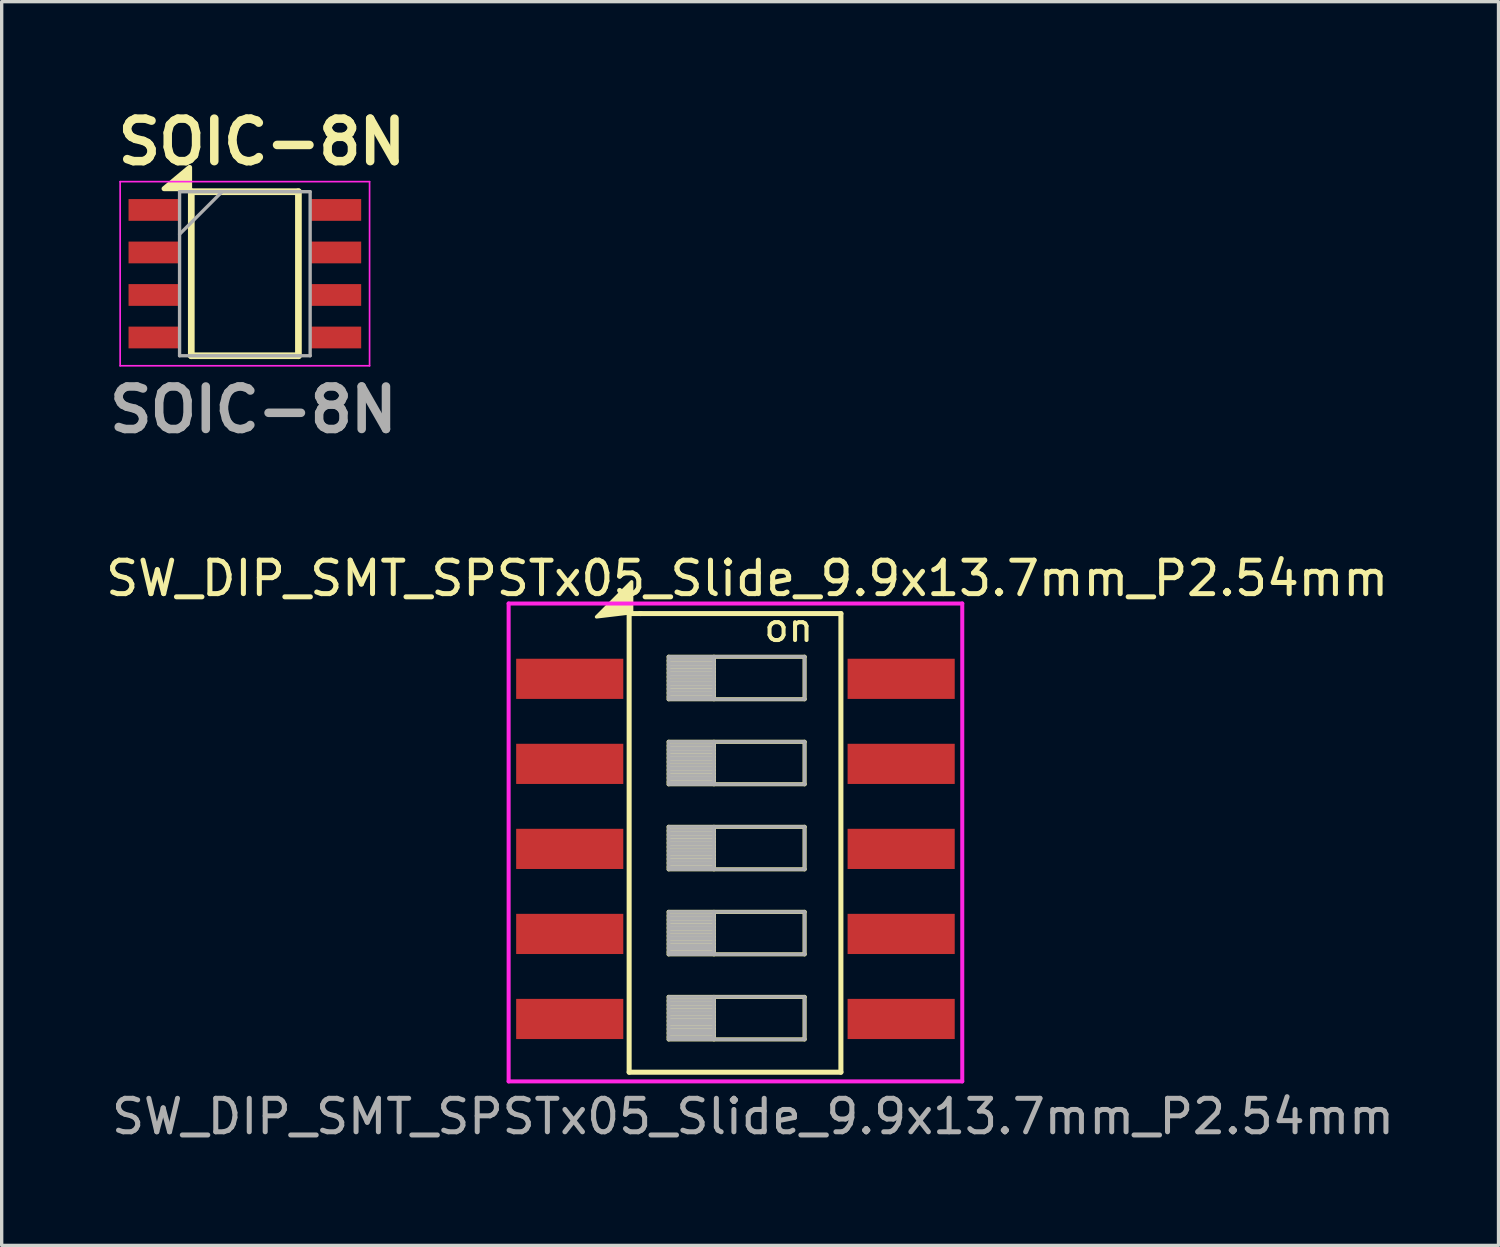
<source format=kicad_pcb>
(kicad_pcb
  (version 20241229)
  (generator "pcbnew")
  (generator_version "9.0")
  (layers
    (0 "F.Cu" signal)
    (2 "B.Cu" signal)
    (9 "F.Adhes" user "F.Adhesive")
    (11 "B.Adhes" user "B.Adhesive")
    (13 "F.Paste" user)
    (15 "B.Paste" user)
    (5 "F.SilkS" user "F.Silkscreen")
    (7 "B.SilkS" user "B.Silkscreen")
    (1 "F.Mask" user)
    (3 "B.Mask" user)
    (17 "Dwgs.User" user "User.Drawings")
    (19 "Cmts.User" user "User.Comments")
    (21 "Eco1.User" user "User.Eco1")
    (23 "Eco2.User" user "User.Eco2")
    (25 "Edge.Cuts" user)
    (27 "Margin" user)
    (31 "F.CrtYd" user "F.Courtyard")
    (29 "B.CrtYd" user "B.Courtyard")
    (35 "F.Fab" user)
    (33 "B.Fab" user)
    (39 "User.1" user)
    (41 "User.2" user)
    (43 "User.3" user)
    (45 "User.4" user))
  (footprint "SOIC-8N"
    (layer "F.Cu")
    (at 4.264 5.126)
    (property "Reference" "SOIC-8N" (at 0.508 -3.937 0) (layer "F.SilkS") (effects (font (size 1.27 1.27) (thickness 0.254))))
    (attr smd)
    (fp_line (start -1.6 -2.45) (end 1.6 -2.45) (stroke (width 0.2) (type solid)) (layer "F.SilkS"))
    (fp_line (start -1.6 2.45) (end -1.6 -2.45) (stroke (width 0.2) (type solid)) (layer "F.SilkS"))
    (fp_line (start 1.6 -2.45) (end 1.6 2.45) (stroke (width 0.2) (type solid)) (layer "F.SilkS"))
    (fp_line (start 1.6 2.45) (end -1.6 2.45) (stroke (width 0.2) (type solid)) (layer "F.SilkS"))
    (fp_poly (pts (xy -1.651 -2.54) (xy -1.651 -3.175) (xy -2.413 -2.54)) (stroke (width 0.15) (type solid)) (fill yes) (layer "F.SilkS"))
    (fp_line (start -3.725 -2.75) (end 3.725 -2.75) (stroke (width 0.05) (type solid)) (layer "F.CrtYd"))
    (fp_line (start -3.725 2.75) (end -3.725 -2.75) (stroke (width 0.05) (type solid)) (layer "F.CrtYd"))
    (fp_line (start 3.725 -2.75) (end 3.725 2.75) (stroke (width 0.05) (type solid)) (layer "F.CrtYd"))
    (fp_line (start 3.725 2.75) (end -3.725 2.75) (stroke (width 0.05) (type solid)) (layer "F.CrtYd"))
    (fp_line (start -1.95 -2.45) (end 1.95 -2.45) (stroke (width 0.1) (type solid)) (layer "F.Fab"))
    (fp_line (start -1.95 -1.18) (end -0.68 -2.45) (stroke (width 0.1) (type solid)) (layer "F.Fab"))
    (fp_line (start -1.95 2.45) (end -1.95 -2.45) (stroke (width 0.1) (type solid)) (layer "F.Fab"))
    (fp_line (start 1.95 -2.45) (end 1.95 2.45) (stroke (width 0.1) (type solid)) (layer "F.Fab"))
    (fp_line (start 1.95 2.45) (end -1.95 2.45) (stroke (width 0.1) (type solid)) (layer "F.Fab"))
    (fp_text user "${REFERENCE}" (at 0.254 4.064 0) (layer "F.Fab") (effects (font (size 1.27 1.27) (thickness 0.254))))
    (pad "1" smd rect (at -2.712 -1.905 90) (size 0.65 1.525) (layers "F.Cu" "F.Paste"))
    (pad "2" smd rect (at -2.712 -0.635 90) (size 0.65 1.525) (layers "F.Cu" "F.Paste"))
    (pad "3" smd rect (at -2.712 0.635 90) (size 0.65 1.525) (layers "F.Cu" "F.Paste"))
    (pad "4" smd rect (at -2.712 1.905 90) (size 0.65 1.525) (layers "F.Cu" "F.Paste"))
    (pad "5" smd rect (at 2.712 1.905 90) (size 0.65 1.525) (layers "F.Cu" "F.Paste"))
    (pad "6" smd rect (at 2.712 0.635 90) (size 0.65 1.525) (layers "F.Cu" "F.Paste"))
    (pad "7" smd rect (at 2.712 -0.635 90) (size 0.65 1.525) (layers "F.Cu" "F.Paste"))
    (pad "8" smd rect (at 2.712 -1.905 90) (size 0.65 1.525) (layers "F.Cu" "F.Paste")))
  (footprint "SW_DIP_SMT_SPSTx05_Slide_9.9x13.7mm_P2.54mm"
    (layer "F.Cu")
    (at 18.918 22.307)
    (property "Reference" "SW_DIP_SMT_SPSTx05_Slide_9.9x13.7mm_P2.54mm" (at 0.35 -8.08 0) (layer "F.SilkS") (effects (font (size 1 1) (thickness 0.15))))
    (attr smd)
    (fp_line (start -3.175 -7.03) (end 3.15 -7.03) (stroke (width 0.15) (type solid)) (layer "F.SilkS"))
    (fp_line (start -3.175 6.67) (end -3.175 -7.03) (stroke (width 0.15) (type solid)) (layer "F.SilkS"))
    (fp_line (start -2.825 -7.03) (end -2.85 -7.03) (stroke (width 0.15) (type solid)) (layer "F.SilkS"))
    (fp_line (start -1.995 -5.74) (end -1.995 -4.47) (stroke (width 0.12) (type solid)) (layer "F.SilkS"))
    (fp_line (start -1.995 -5.62) (end -0.642 -5.62) (stroke (width 0.12) (type solid)) (layer "F.SilkS"))
    (fp_line (start -1.995 -5.5) (end -0.642 -5.5) (stroke (width 0.12) (type solid)) (layer "F.SilkS"))
    (fp_line (start -1.995 -5.38) (end -0.642 -5.38) (stroke (width 0.12) (type solid)) (layer "F.SilkS"))
    (fp_line (start -1.995 -5.26) (end -0.642 -5.26) (stroke (width 0.12) (type solid)) (layer "F.SilkS"))
    (fp_line (start -1.995 -5.14) (end -0.642 -5.14) (stroke (width 0.12) (type solid)) (layer "F.SilkS"))
    (fp_line (start -1.995 -5.02) (end -0.642 -5.02) (stroke (width 0.12) (type solid)) (layer "F.SilkS"))
    (fp_line (start -1.995 -4.9) (end -0.642 -4.9) (stroke (width 0.12) (type solid)) (layer "F.SilkS"))
    (fp_line (start -1.995 -4.78) (end -0.642 -4.78) (stroke (width 0.12) (type solid)) (layer "F.SilkS"))
    (fp_line (start -1.995 -4.66) (end -0.642 -4.66) (stroke (width 0.12) (type solid)) (layer "F.SilkS"))
    (fp_line (start -1.995 -4.54) (end -0.642 -4.54) (stroke (width 0.12) (type solid)) (layer "F.SilkS"))
    (fp_line (start -1.995 -4.47) (end 2.065 -4.47) (stroke (width 0.12) (type solid)) (layer "F.SilkS"))
    (fp_line (start -1.995 -3.2) (end -1.995 -1.93) (stroke (width 0.12) (type solid)) (layer "F.SilkS"))
    (fp_line (start -1.995 -3.08) (end -0.642 -3.08) (stroke (width 0.12) (type solid)) (layer "F.SilkS"))
    (fp_line (start -1.995 -2.96) (end -0.642 -2.96) (stroke (width 0.12) (type solid)) (layer "F.SilkS"))
    (fp_line (start -1.995 -2.84) (end -0.642 -2.84) (stroke (width 0.12) (type solid)) (layer "F.SilkS"))
    (fp_line (start -1.995 -2.72) (end -0.642 -2.72) (stroke (width 0.12) (type solid)) (layer "F.SilkS"))
    (fp_line (start -1.995 -2.6) (end -0.642 -2.6) (stroke (width 0.12) (type solid)) (layer "F.SilkS"))
    (fp_line (start -1.995 -2.48) (end -0.642 -2.48) (stroke (width 0.12) (type solid)) (layer "F.SilkS"))
    (fp_line (start -1.995 -2.36) (end -0.642 -2.36) (stroke (width 0.12) (type solid)) (layer "F.SilkS"))
    (fp_line (start -1.995 -2.24) (end -0.642 -2.24) (stroke (width 0.12) (type solid)) (layer "F.SilkS"))
    (fp_line (start -1.995 -2.12) (end -0.642 -2.12) (stroke (width 0.12) (type solid)) (layer "F.SilkS"))
    (fp_line (start -1.995 -2) (end -0.642 -2) (stroke (width 0.12) (type solid)) (layer "F.SilkS"))
    (fp_line (start -1.995 -1.93) (end 2.065 -1.93) (stroke (width 0.12) (type solid)) (layer "F.SilkS"))
    (fp_line (start -1.995 -0.66) (end -1.995 0.61) (stroke (width 0.12) (type solid)) (layer "F.SilkS"))
    (fp_line (start -1.995 -0.54) (end -0.642 -0.54) (stroke (width 0.12) (type solid)) (layer "F.SilkS"))
    (fp_line (start -1.995 -0.42) (end -0.642 -0.42) (stroke (width 0.12) (type solid)) (layer "F.SilkS"))
    (fp_line (start -1.995 -0.3) (end -0.642 -0.3) (stroke (width 0.12) (type solid)) (layer "F.SilkS"))
    (fp_line (start -1.995 -0.18) (end -0.642 -0.18) (stroke (width 0.12) (type solid)) (layer "F.SilkS"))
    (fp_line (start -1.995 -0.06) (end -0.642 -0.06) (stroke (width 0.12) (type solid)) (layer "F.SilkS"))
    (fp_line (start -1.995 0.06) (end -0.642 0.06) (stroke (width 0.12) (type solid)) (layer "F.SilkS"))
    (fp_line (start -1.995 0.18) (end -0.642 0.18) (stroke (width 0.12) (type solid)) (layer "F.SilkS"))
    (fp_line (start -1.995 0.3) (end -0.642 0.3) (stroke (width 0.12) (type solid)) (layer "F.SilkS"))
    (fp_line (start -1.995 0.42) (end -0.642 0.42) (stroke (width 0.12) (type solid)) (layer "F.SilkS"))
    (fp_line (start -1.995 0.54) (end -0.642 0.54) (stroke (width 0.12) (type solid)) (layer "F.SilkS"))
    (fp_line (start -1.995 0.61) (end 2.065 0.61) (stroke (width 0.12) (type solid)) (layer "F.SilkS"))
    (fp_line (start -1.995 1.88) (end -1.995 3.15) (stroke (width 0.12) (type solid)) (layer "F.SilkS"))
    (fp_line (start -1.995 2) (end -0.642 2) (stroke (width 0.12) (type solid)) (layer "F.SilkS"))
    (fp_line (start -1.995 2.12) (end -0.642 2.12) (stroke (width 0.12) (type solid)) (layer "F.SilkS"))
    (fp_line (start -1.995 2.24) (end -0.642 2.24) (stroke (width 0.12) (type solid)) (layer "F.SilkS"))
    (fp_line (start -1.995 2.36) (end -0.642 2.36) (stroke (width 0.12) (type solid)) (layer "F.SilkS"))
    (fp_line (start -1.995 2.48) (end -0.642 2.48) (stroke (width 0.12) (type solid)) (layer "F.SilkS"))
    (fp_line (start -1.995 2.6) (end -0.642 2.6) (stroke (width 0.12) (type solid)) (layer "F.SilkS"))
    (fp_line (start -1.995 2.72) (end -0.642 2.72) (stroke (width 0.12) (type solid)) (layer "F.SilkS"))
    (fp_line (start -1.995 2.84) (end -0.642 2.84) (stroke (width 0.12) (type solid)) (layer "F.SilkS"))
    (fp_line (start -1.995 2.96) (end -0.642 2.96) (stroke (width 0.12) (type solid)) (layer "F.SilkS"))
    (fp_line (start -1.995 3.08) (end -0.642 3.08) (stroke (width 0.12) (type solid)) (layer "F.SilkS"))
    (fp_line (start -1.995 3.15) (end 2.065 3.15) (stroke (width 0.12) (type solid)) (layer "F.SilkS"))
    (fp_line (start -1.995 4.42) (end -1.995 5.69) (stroke (width 0.12) (type solid)) (layer "F.SilkS"))
    (fp_line (start -1.995 4.54) (end -0.642 4.54) (stroke (width 0.12) (type solid)) (layer "F.SilkS"))
    (fp_line (start -1.995 4.66) (end -0.642 4.66) (stroke (width 0.12) (type solid)) (layer "F.SilkS"))
    (fp_line (start -1.995 4.78) (end -0.642 4.78) (stroke (width 0.12) (type solid)) (layer "F.SilkS"))
    (fp_line (start -1.995 4.9) (end -0.642 4.9) (stroke (width 0.12) (type solid)) (layer "F.SilkS"))
    (fp_line (start -1.995 5.02) (end -0.642 5.02) (stroke (width 0.12) (type solid)) (layer "F.SilkS"))
    (fp_line (start -1.995 5.14) (end -0.642 5.14) (stroke (width 0.12) (type solid)) (layer "F.SilkS"))
    (fp_line (start -1.995 5.26) (end -0.642 5.26) (stroke (width 0.12) (type solid)) (layer "F.SilkS"))
    (fp_line (start -1.995 5.38) (end -0.642 5.38) (stroke (width 0.12) (type solid)) (layer "F.SilkS"))
    (fp_line (start -1.995 5.5) (end -0.642 5.5) (stroke (width 0.12) (type solid)) (layer "F.SilkS"))
    (fp_line (start -1.995 5.62) (end -0.642 5.62) (stroke (width 0.12) (type solid)) (layer "F.SilkS"))
    (fp_line (start -1.995 5.69) (end 2.065 5.69) (stroke (width 0.12) (type solid)) (layer "F.SilkS"))
    (fp_line (start -0.642 -5.74) (end -0.642 -4.47) (stroke (width 0.12) (type solid)) (layer "F.SilkS"))
    (fp_line (start -0.642 -3.2) (end -0.642 -1.93) (stroke (width 0.12) (type solid)) (layer "F.SilkS"))
    (fp_line (start -0.642 -0.66) (end -0.642 0.61) (stroke (width 0.12) (type solid)) (layer "F.SilkS"))
    (fp_line (start -0.642 1.88) (end -0.642 3.15) (stroke (width 0.12) (type solid)) (layer "F.SilkS"))
    (fp_line (start -0.642 4.42) (end -0.642 5.69) (stroke (width 0.12) (type solid)) (layer "F.SilkS"))
    (fp_line (start 2.065 -5.74) (end -1.995 -5.74) (stroke (width 0.12) (type solid)) (layer "F.SilkS"))
    (fp_line (start 2.065 -4.47) (end 2.065 -5.74) (stroke (width 0.12) (type solid)) (layer "F.SilkS"))
    (fp_line (start 2.065 -3.2) (end -1.995 -3.2) (stroke (width 0.12) (type solid)) (layer "F.SilkS"))
    (fp_line (start 2.065 -1.93) (end 2.065 -3.2) (stroke (width 0.12) (type solid)) (layer "F.SilkS"))
    (fp_line (start 2.065 -0.66) (end -1.995 -0.66) (stroke (width 0.12) (type solid)) (layer "F.SilkS"))
    (fp_line (start 2.065 0.61) (end 2.065 -0.66) (stroke (width 0.12) (type solid)) (layer "F.SilkS"))
    (fp_line (start 2.065 1.88) (end -1.995 1.88) (stroke (width 0.12) (type solid)) (layer "F.SilkS"))
    (fp_line (start 2.065 3.15) (end 2.065 1.88) (stroke (width 0.12) (type solid)) (layer "F.SilkS"))
    (fp_line (start 2.065 4.42) (end -1.995 4.42) (stroke (width 0.12) (type solid)) (layer "F.SilkS"))
    (fp_line (start 2.065 5.69) (end 2.065 4.42) (stroke (width 0.12) (type solid)) (layer "F.SilkS"))
    (fp_line (start 3.15 -7.03) (end 3.15 6.67) (stroke (width 0.15) (type solid)) (layer "F.SilkS"))
    (fp_line (start 3.15 6.67) (end -3.175 6.67) (stroke (width 0.15) (type solid)) (layer "F.SilkS"))
    (fp_poly (pts (xy -3.1 -7.055) (xy -4.15 -6.93) (xy -3.1 -7.98)) (stroke (width 0.1) (type solid)) (fill yes) (layer "F.SilkS"))
    (fp_line (start -6.775 -7.33) (end 6.775 -7.33) (stroke (width 0.12) (type solid)) (layer "F.CrtYd"))
    (fp_line (start -6.775 6.945) (end -6.775 -7.33) (stroke (width 0.12) (type solid)) (layer "F.CrtYd"))
    (fp_line (start 6.775 -7.33) (end 6.775 6.945) (stroke (width 0.12) (type solid)) (layer "F.CrtYd"))
    (fp_line (start 6.775 6.945) (end -6.775 6.945) (stroke (width 0.12) (type solid)) (layer "F.CrtYd"))
    (fp_line (start -1.995 -5.74) (end -1.995 -4.47) (stroke (width 0.1) (type solid)) (layer "F.Fab"))
    (fp_line (start -1.995 -5.64) (end -0.642 -5.64) (stroke (width 0.1) (type solid)) (layer "F.Fab"))
    (fp_line (start -1.995 -5.54) (end -0.642 -5.54) (stroke (width 0.1) (type solid)) (layer "F.Fab"))
    (fp_line (start -1.995 -5.44) (end -0.642 -5.44) (stroke (width 0.1) (type solid)) (layer "F.Fab"))
    (fp_line (start -1.995 -5.34) (end -0.642 -5.34) (stroke (width 0.1) (type solid)) (layer "F.Fab"))
    (fp_line (start -1.995 -5.24) (end -0.642 -5.24) (stroke (width 0.1) (type solid)) (layer "F.Fab"))
    (fp_line (start -1.995 -5.14) (end -0.642 -5.14) (stroke (width 0.1) (type solid)) (layer "F.Fab"))
    (fp_line (start -1.995 -5.04) (end -0.642 -5.04) (stroke (width 0.1) (type solid)) (layer "F.Fab"))
    (fp_line (start -1.995 -4.94) (end -0.642 -4.94) (stroke (width 0.1) (type solid)) (layer "F.Fab"))
    (fp_line (start -1.995 -4.84) (end -0.642 -4.84) (stroke (width 0.1) (type solid)) (layer "F.Fab"))
    (fp_line (start -1.995 -4.74) (end -0.642 -4.74) (stroke (width 0.1) (type solid)) (layer "F.Fab"))
    (fp_line (start -1.995 -4.64) (end -0.642 -4.64) (stroke (width 0.1) (type solid)) (layer "F.Fab"))
    (fp_line (start -1.995 -4.54) (end -0.642 -4.54) (stroke (width 0.1) (type solid)) (layer "F.Fab"))
    (fp_line (start -1.995 -4.47) (end 2.065 -4.47) (stroke (width 0.1) (type solid)) (layer "F.Fab"))
    (fp_line (start -1.995 -3.2) (end -1.995 -1.93) (stroke (width 0.1) (type solid)) (layer "F.Fab"))
    (fp_line (start -1.995 -3.1) (end -0.642 -3.1) (stroke (width 0.1) (type solid)) (layer "F.Fab"))
    (fp_line (start -1.995 -3) (end -0.642 -3) (stroke (width 0.1) (type solid)) (layer "F.Fab"))
    (fp_line (start -1.995 -2.9) (end -0.642 -2.9) (stroke (width 0.1) (type solid)) (layer "F.Fab"))
    (fp_line (start -1.995 -2.8) (end -0.642 -2.8) (stroke (width 0.1) (type solid)) (layer "F.Fab"))
    (fp_line (start -1.995 -2.7) (end -0.642 -2.7) (stroke (width 0.1) (type solid)) (layer "F.Fab"))
    (fp_line (start -1.995 -2.6) (end -0.642 -2.6) (stroke (width 0.1) (type solid)) (layer "F.Fab"))
    (fp_line (start -1.995 -2.5) (end -0.642 -2.5) (stroke (width 0.1) (type solid)) (layer "F.Fab"))
    (fp_line (start -1.995 -2.4) (end -0.642 -2.4) (stroke (width 0.1) (type solid)) (layer "F.Fab"))
    (fp_line (start -1.995 -2.3) (end -0.642 -2.3) (stroke (width 0.1) (type solid)) (layer "F.Fab"))
    (fp_line (start -1.995 -2.2) (end -0.642 -2.2) (stroke (width 0.1) (type solid)) (layer "F.Fab"))
    (fp_line (start -1.995 -2.1) (end -0.642 -2.1) (stroke (width 0.1) (type solid)) (layer "F.Fab"))
    (fp_line (start -1.995 -2) (end -0.642 -2) (stroke (width 0.1) (type solid)) (layer "F.Fab"))
    (fp_line (start -1.995 -1.93) (end 2.065 -1.93) (stroke (width 0.1) (type solid)) (layer "F.Fab"))
    (fp_line (start -1.995 -0.66) (end -1.995 0.61) (stroke (width 0.1) (type solid)) (layer "F.Fab"))
    (fp_line (start -1.995 -0.56) (end -0.642 -0.56) (stroke (width 0.1) (type solid)) (layer "F.Fab"))
    (fp_line (start -1.995 -0.46) (end -0.642 -0.46) (stroke (width 0.1) (type solid)) (layer "F.Fab"))
    (fp_line (start -1.995 -0.36) (end -0.642 -0.36) (stroke (width 0.1) (type solid)) (layer "F.Fab"))
    (fp_line (start -1.995 -0.26) (end -0.642 -0.26) (stroke (width 0.1) (type solid)) (layer "F.Fab"))
    (fp_line (start -1.995 -0.16) (end -0.642 -0.16) (stroke (width 0.1) (type solid)) (layer "F.Fab"))
    (fp_line (start -1.995 -0.06) (end -0.642 -0.06) (stroke (width 0.1) (type solid)) (layer "F.Fab"))
    (fp_line (start -1.995 0.04) (end -0.642 0.04) (stroke (width 0.1) (type solid)) (layer "F.Fab"))
    (fp_line (start -1.995 0.14) (end -0.642 0.14) (stroke (width 0.1) (type solid)) (layer "F.Fab"))
    (fp_line (start -1.995 0.24) (end -0.642 0.24) (stroke (width 0.1) (type solid)) (layer "F.Fab"))
    (fp_line (start -1.995 0.34) (end -0.642 0.34) (stroke (width 0.1) (type solid)) (layer "F.Fab"))
    (fp_line (start -1.995 0.44) (end -0.642 0.44) (stroke (width 0.1) (type solid)) (layer "F.Fab"))
    (fp_line (start -1.995 0.54) (end -0.642 0.54) (stroke (width 0.1) (type solid)) (layer "F.Fab"))
    (fp_line (start -1.995 0.61) (end 2.065 0.61) (stroke (width 0.1) (type solid)) (layer "F.Fab"))
    (fp_line (start -1.995 1.88) (end -1.995 3.15) (stroke (width 0.1) (type solid)) (layer "F.Fab"))
    (fp_line (start -1.995 1.98) (end -0.642 1.98) (stroke (width 0.1) (type solid)) (layer "F.Fab"))
    (fp_line (start -1.995 2.08) (end -0.642 2.08) (stroke (width 0.1) (type solid)) (layer "F.Fab"))
    (fp_line (start -1.995 2.18) (end -0.642 2.18) (stroke (width 0.1) (type solid)) (layer "F.Fab"))
    (fp_line (start -1.995 2.28) (end -0.642 2.28) (stroke (width 0.1) (type solid)) (layer "F.Fab"))
    (fp_line (start -1.995 2.38) (end -0.642 2.38) (stroke (width 0.1) (type solid)) (layer "F.Fab"))
    (fp_line (start -1.995 2.48) (end -0.642 2.48) (stroke (width 0.1) (type solid)) (layer "F.Fab"))
    (fp_line (start -1.995 2.58) (end -0.642 2.58) (stroke (width 0.1) (type solid)) (layer "F.Fab"))
    (fp_line (start -1.995 2.68) (end -0.642 2.68) (stroke (width 0.1) (type solid)) (layer "F.Fab"))
    (fp_line (start -1.995 2.78) (end -0.642 2.78) (stroke (width 0.1) (type solid)) (layer "F.Fab"))
    (fp_line (start -1.995 2.88) (end -0.642 2.88) (stroke (width 0.1) (type solid)) (layer "F.Fab"))
    (fp_line (start -1.995 2.98) (end -0.642 2.98) (stroke (width 0.1) (type solid)) (layer "F.Fab"))
    (fp_line (start -1.995 3.08) (end -0.642 3.08) (stroke (width 0.1) (type solid)) (layer "F.Fab"))
    (fp_line (start -1.995 3.15) (end 2.065 3.15) (stroke (width 0.1) (type solid)) (layer "F.Fab"))
    (fp_line (start -1.995 4.42) (end -1.995 5.69) (stroke (width 0.1) (type solid)) (layer "F.Fab"))
    (fp_line (start -1.995 4.52) (end -0.642 4.52) (stroke (width 0.1) (type solid)) (layer "F.Fab"))
    (fp_line (start -1.995 4.62) (end -0.642 4.62) (stroke (width 0.1) (type solid)) (layer "F.Fab"))
    (fp_line (start -1.995 4.72) (end -0.642 4.72) (stroke (width 0.1) (type solid)) (layer "F.Fab"))
    (fp_line (start -1.995 4.82) (end -0.642 4.82) (stroke (width 0.1) (type solid)) (layer "F.Fab"))
    (fp_line (start -1.995 4.92) (end -0.642 4.92) (stroke (width 0.1) (type solid)) (layer "F.Fab"))
    (fp_line (start -1.995 5.02) (end -0.642 5.02) (stroke (width 0.1) (type solid)) (layer "F.Fab"))
    (fp_line (start -1.995 5.12) (end -0.642 5.12) (stroke (width 0.1) (type solid)) (layer "F.Fab"))
    (fp_line (start -1.995 5.22) (end -0.642 5.22) (stroke (width 0.1) (type solid)) (layer "F.Fab"))
    (fp_line (start -1.995 5.32) (end -0.642 5.32) (stroke (width 0.1) (type solid)) (layer "F.Fab"))
    (fp_line (start -1.995 5.42) (end -0.642 5.42) (stroke (width 0.1) (type solid)) (layer "F.Fab"))
    (fp_line (start -1.995 5.52) (end -0.642 5.52) (stroke (width 0.1) (type solid)) (layer "F.Fab"))
    (fp_line (start -1.995 5.62) (end -0.642 5.62) (stroke (width 0.1) (type solid)) (layer "F.Fab"))
    (fp_line (start -1.995 5.69) (end 2.065 5.69) (stroke (width 0.1) (type solid)) (layer "F.Fab"))
    (fp_line (start -0.642 -5.74) (end -0.642 -4.47) (stroke (width 0.1) (type solid)) (layer "F.Fab"))
    (fp_line (start -0.642 -3.2) (end -0.642 -1.93) (stroke (width 0.1) (type solid)) (layer "F.Fab"))
    (fp_line (start -0.642 -0.66) (end -0.642 0.61) (stroke (width 0.1) (type solid)) (layer "F.Fab"))
    (fp_line (start -0.642 1.88) (end -0.642 3.15) (stroke (width 0.1) (type solid)) (layer "F.Fab"))
    (fp_line (start -0.642 4.42) (end -0.642 5.69) (stroke (width 0.1) (type solid)) (layer "F.Fab"))
    (fp_line (start 2.065 -5.74) (end -1.995 -5.74) (stroke (width 0.1) (type solid)) (layer "F.Fab"))
    (fp_line (start 2.065 -4.47) (end 2.065 -5.74) (stroke (width 0.1) (type solid)) (layer "F.Fab"))
    (fp_line (start 2.065 -3.2) (end -1.995 -3.2) (stroke (width 0.1) (type solid)) (layer "F.Fab"))
    (fp_line (start 2.065 -1.93) (end 2.065 -3.2) (stroke (width 0.1) (type solid)) (layer "F.Fab"))
    (fp_line (start 2.065 -0.66) (end -1.995 -0.66) (stroke (width 0.1) (type solid)) (layer "F.Fab"))
    (fp_line (start 2.065 0.61) (end 2.065 -0.66) (stroke (width 0.1) (type solid)) (layer "F.Fab"))
    (fp_line (start 2.065 1.88) (end -1.995 1.88) (stroke (width 0.1) (type solid)) (layer "F.Fab"))
    (fp_line (start 2.065 3.15) (end 2.065 1.88) (stroke (width 0.1) (type solid)) (layer "F.Fab"))
    (fp_line (start 2.065 4.42) (end -1.995 4.42) (stroke (width 0.1) (type solid)) (layer "F.Fab"))
    (fp_line (start 2.065 5.69) (end 2.065 4.42) (stroke (width 0.1) (type solid)) (layer "F.Fab"))
    (fp_text user "on" (at 1.59 -6.603 0) (layer "F.SilkS") (effects (font (size 0.8 0.8) (thickness 0.12))))
    (fp_text user "${REFERENCE}" (at 0.525 7.995 0) (layer "F.Fab") (effects (font (size 1 1) (thickness 0.15))))
    (pad "1" smd rect (at -4.95 -5.08) (size 3.2 1.2) (layers "F.Cu" "F.Mask" "F.Paste"))
    (pad "2" smd rect (at -4.95 -2.54) (size 3.2 1.2) (layers "F.Cu" "F.Mask" "F.Paste"))
    (pad "3" smd rect (at -4.95 0) (size 3.2 1.2) (layers "F.Cu" "F.Mask" "F.Paste"))
    (pad "4" smd rect (at -4.95 2.54) (size 3.2 1.2) (layers "F.Cu" "F.Mask" "F.Paste"))
    (pad "5" smd rect (at -4.95 5.08) (size 3.2 1.2) (layers "F.Cu" "F.Mask" "F.Paste"))
    (pad "6" smd rect (at 4.95 5.08) (size 3.2 1.2) (layers "F.Cu" "F.Mask" "F.Paste"))
    (pad "7" smd rect (at 4.95 2.54) (size 3.2 1.2) (layers "F.Cu" "F.Mask" "F.Paste"))
    (pad "8" smd rect (at 4.95 0) (size 3.2 1.2) (layers "F.Cu" "F.Mask" "F.Paste"))
    (pad "9" smd rect (at 4.95 -2.54) (size 3.2 1.2) (layers "F.Cu" "F.Mask" "F.Paste"))
    (pad "10" smd rect (at 4.95 -5.08) (size 3.2 1.2) (layers "F.Cu" "F.Mask" "F.Paste")))
  (gr_rect
    (start -3 -3)
    (end 41.711 34.15)
    (stroke (width 0.1) (type default))
    (fill no)
    (layer "Edge.Cuts")))
</source>
